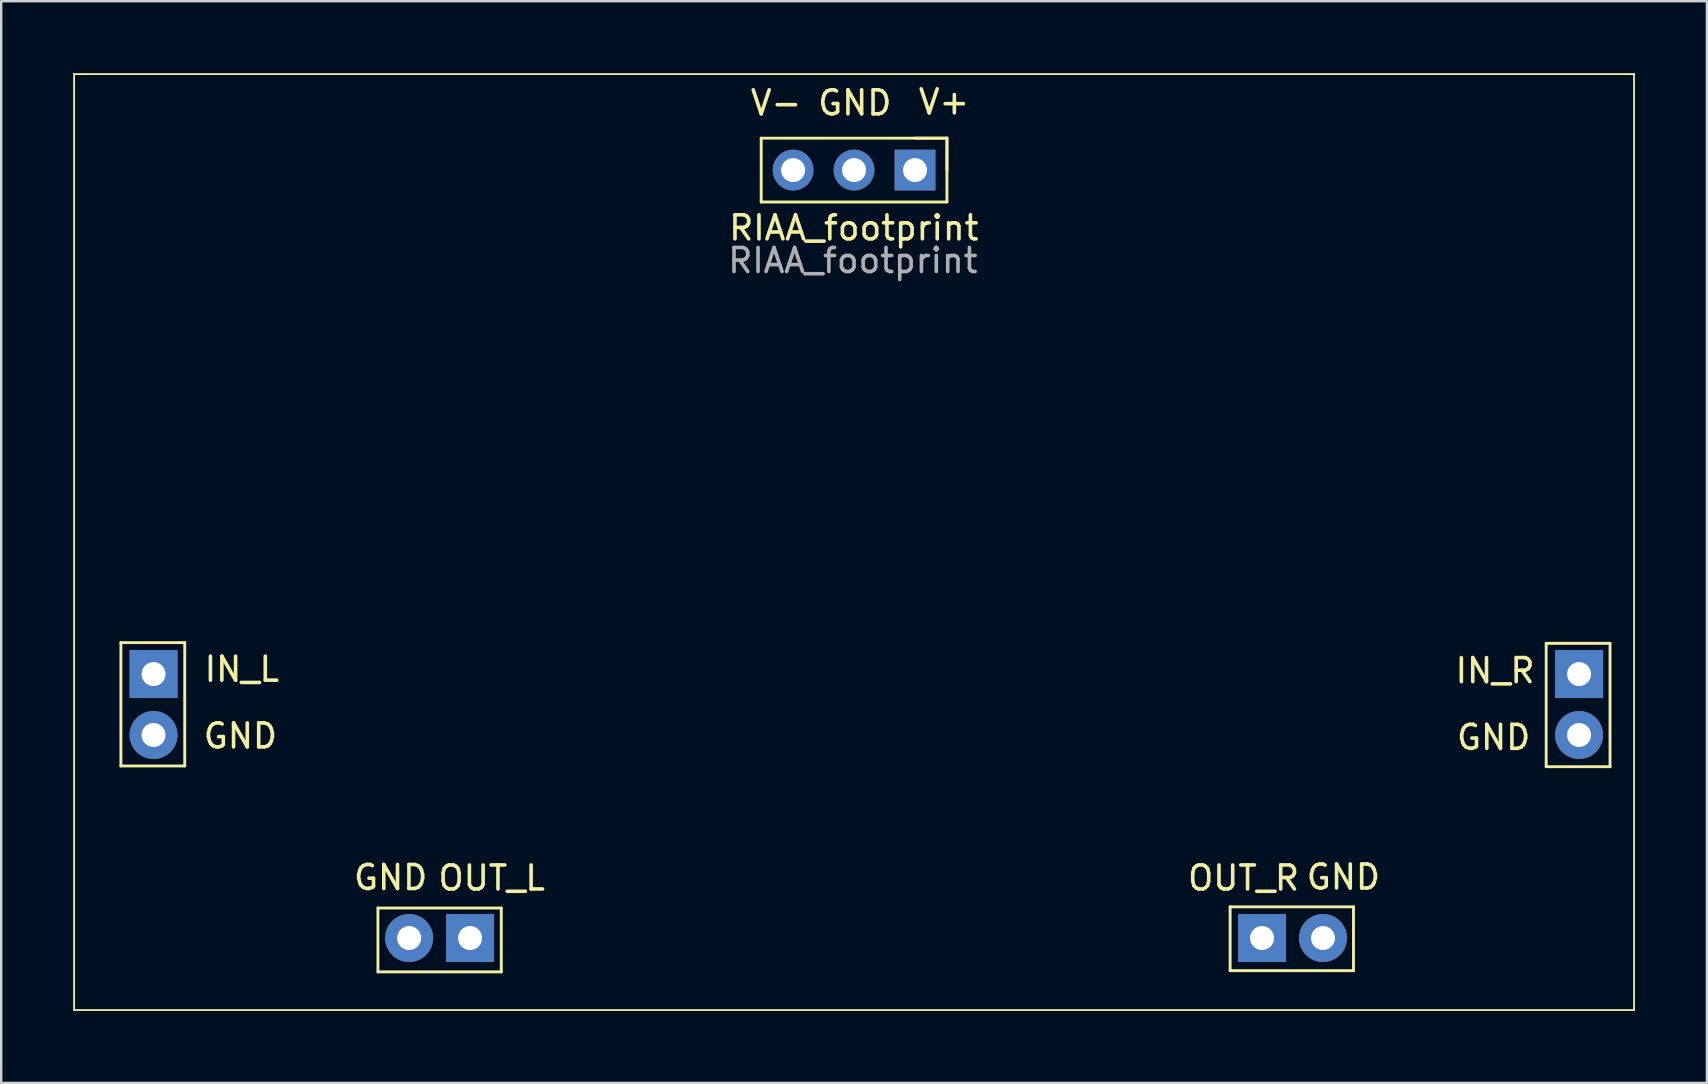
<source format=kicad_pcb>
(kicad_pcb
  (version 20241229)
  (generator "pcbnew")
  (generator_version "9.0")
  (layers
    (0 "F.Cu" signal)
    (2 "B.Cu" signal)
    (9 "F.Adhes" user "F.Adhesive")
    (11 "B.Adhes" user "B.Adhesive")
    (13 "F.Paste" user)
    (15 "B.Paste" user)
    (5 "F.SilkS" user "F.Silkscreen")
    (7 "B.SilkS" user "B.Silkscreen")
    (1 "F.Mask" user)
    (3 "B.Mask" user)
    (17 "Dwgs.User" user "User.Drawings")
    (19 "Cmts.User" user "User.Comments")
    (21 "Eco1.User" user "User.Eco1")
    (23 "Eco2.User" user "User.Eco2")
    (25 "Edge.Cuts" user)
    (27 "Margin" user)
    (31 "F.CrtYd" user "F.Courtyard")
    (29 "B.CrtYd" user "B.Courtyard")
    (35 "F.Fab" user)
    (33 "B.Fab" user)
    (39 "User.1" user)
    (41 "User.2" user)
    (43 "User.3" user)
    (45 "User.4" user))
  (footprint "RIAA_footprint"
    (layer "F.Cu")
    (at 32.538 4.037)
    (property "Reference" "RIAA_footprint" (at -0.01 2.41 0) (layer "F.SilkS") (effects (font (size 1 1) (thickness 0.15))))
    (attr through_hole)
    (fp_line (start -32.5 -4) (end -32.5 35) (stroke (width 0.075) (type solid)) (layer "F.SilkS"))
    (fp_line (start -30.55 19.69) (end -30.55 24.83) (stroke (width 0.12) (type solid)) (layer "F.SilkS"))
    (fp_line (start -30.55 19.69) (end -27.89 19.69) (stroke (width 0.12) (type solid)) (layer "F.SilkS"))
    (fp_line (start -30.55 24.83) (end -27.89 24.83) (stroke (width 0.12) (type solid)) (layer "F.SilkS"))
    (fp_line (start -27.89 19.69) (end -27.89 24.83) (stroke (width 0.12) (type solid)) (layer "F.SilkS"))
    (fp_line (start -19.84 30.75) (end -14.7 30.75) (stroke (width 0.12) (type solid)) (layer "F.SilkS"))
    (fp_line (start -19.84 33.41) (end -19.84 30.75) (stroke (width 0.12) (type solid)) (layer "F.SilkS"))
    (fp_line (start -19.84 33.41) (end -14.7 33.41) (stroke (width 0.12) (type solid)) (layer "F.SilkS"))
    (fp_line (start -14.7 33.41) (end -14.7 30.75) (stroke (width 0.12) (type solid)) (layer "F.SilkS"))
    (fp_line (start -3.87 -1.33) (end -3.87 1.33) (stroke (width 0.12) (type solid)) (layer "F.SilkS"))
    (fp_line (start 2.54 -1.33) (end 3.87 -1.33) (stroke (width 0.12) (type solid)) (layer "F.SilkS"))
    (fp_line (start 3.87 -1.33) (end -3.87 -1.33) (stroke (width 0.12) (type solid)) (layer "F.SilkS"))
    (fp_line (start 3.87 -1.33) (end 3.87 0) (stroke (width 0.12) (type solid)) (layer "F.SilkS"))
    (fp_line (start 3.87 -1.33) (end 3.87 1.33) (stroke (width 0.12) (type solid)) (layer "F.SilkS"))
    (fp_line (start 3.87 1.33) (end -3.87 1.33) (stroke (width 0.12) (type solid)) (layer "F.SilkS"))
    (fp_line (start 15.67 30.7) (end 20.81 30.7) (stroke (width 0.12) (type solid)) (layer "F.SilkS"))
    (fp_line (start 15.67 33.36) (end 15.67 30.7) (stroke (width 0.12) (type solid)) (layer "F.SilkS"))
    (fp_line (start 15.67 33.36) (end 20.81 33.36) (stroke (width 0.12) (type solid)) (layer "F.SilkS"))
    (fp_line (start 20.81 33.36) (end 20.81 30.7) (stroke (width 0.12) (type solid)) (layer "F.SilkS"))
    (fp_line (start 28.84 24.86) (end 28.84 19.72) (stroke (width 0.12) (type solid)) (layer "F.SilkS"))
    (fp_line (start 31.5 19.72) (end 28.84 19.72) (stroke (width 0.12) (type solid)) (layer "F.SilkS"))
    (fp_line (start 31.5 24.86) (end 28.84 24.86) (stroke (width 0.12) (type solid)) (layer "F.SilkS"))
    (fp_line (start 31.5 24.86) (end 31.5 19.72) (stroke (width 0.12) (type solid)) (layer "F.SilkS"))
    (fp_line (start 32.5 -4) (end -32.5 -4) (stroke (width 0.075) (type solid)) (layer "F.SilkS"))
    (fp_line (start 32.5 -4) (end 32.5 35) (stroke (width 0.075) (type solid)) (layer "F.SilkS"))
    (fp_line (start 32.5 35) (end -32.5 35) (stroke (width 0.075) (type solid)) (layer "F.SilkS"))
    (fp_text user "GND" (at 20.39 29.46 0) (layer "F.SilkS") (effects (font (size 1 1) (thickness 0.15))))
    (fp_text user "IN_L" (at -25.51 20.8 0) (layer "F.SilkS") (effects (font (size 1 1) (thickness 0.15))))
    (fp_text user "OUT_R" (at 16.23 29.5 0) (layer "F.SilkS") (effects (font (size 1 1) (thickness 0.15))))
    (fp_text user "GND" (at -19.31 29.48 0) (layer "F.SilkS") (effects (font (size 1 1) (thickness 0.15))))
    (fp_text user "GND" (at -25.57 23.58 0) (layer "F.SilkS") (effects (font (size 1 1) (thickness 0.15))))
    (fp_text user "GND" (at 0.03 -2.8 0) (layer "F.SilkS") (effects (font (size 1 1) (thickness 0.15))))
    (fp_text user "V+" (at 3.75 -2.84 0) (layer "F.SilkS") (effects (font (size 1 1) (thickness 0.15))))
    (fp_text user "V-" (at -3.25 -2.8 0) (layer "F.SilkS") (effects (font (size 1 1) (thickness 0.15))))
    (fp_text user "OUT_L" (at -15.1 29.5 0) (layer "F.SilkS") (effects (font (size 1 1) (thickness 0.15))))
    (fp_text user "GND" (at 26.65 23.64 0) (layer "F.SilkS") (effects (font (size 1 1) (thickness 0.15))))
    (fp_text user "IN_R" (at 26.71 20.86 0) (layer "F.SilkS") (effects (font (size 1 1) (thickness 0.15))))
    (fp_text user "${REFERENCE}" (at -0.05 3.77 0) (layer "F.Fab") (effects (font (size 1 1) (thickness 0.15))))
    (pad "1" thru_hole rect (at 2.54 0 270) (size 1.7 1.7) (drill 1) (layers "*.Cu" "*.Mask"))
    (pad "2" thru_hole oval (at 0 0 270) (size 1.7 1.7) (drill 1) (layers "*.Cu" "*.Mask"))
    (pad "3" thru_hole oval (at -2.54 0 270) (size 1.7 1.7) (drill 1) (layers "*.Cu" "*.Mask"))
    (pad "4" thru_hole rect (at -29.19 21 270) (size 2 2) (drill 1) (layers "*.Cu" "*.Mask"))
    (pad "5" thru_hole circle (at -29.19 23.54 270) (size 2 2) (drill 1) (layers "*.Cu" "*.Mask"))
    (pad "6" thru_hole circle (at -18.54 32 270) (size 2 2) (drill 1) (layers "*.Cu" "*.Mask"))
    (pad "7" thru_hole rect (at -16 32 270) (size 2 2) (drill 1) (layers "*.Cu" "*.Mask"))
    (pad "8" thru_hole rect (at 17 32 270) (size 2 2) (drill 1) (layers "*.Cu" "*.Mask"))
    (pad "9" thru_hole circle (at 19.54 32 270) (size 2 2) (drill 1) (layers "*.Cu" "*.Mask"))
    (pad "10" thru_hole circle (at 30.21 23.54 270) (size 2 2) (drill 1) (layers "*.Cu" "*.Mask"))
    (pad "11" thru_hole rect (at 30.21 21 270) (size 2 2) (drill 1) (layers "*.Cu" "*.Mask")))
  (gr_rect
    (start -3 -3)
    (end 68.075 42.075)
    (stroke (width 0.1) (type default))
    (fill no)
    (layer "Edge.Cuts")))
</source>
